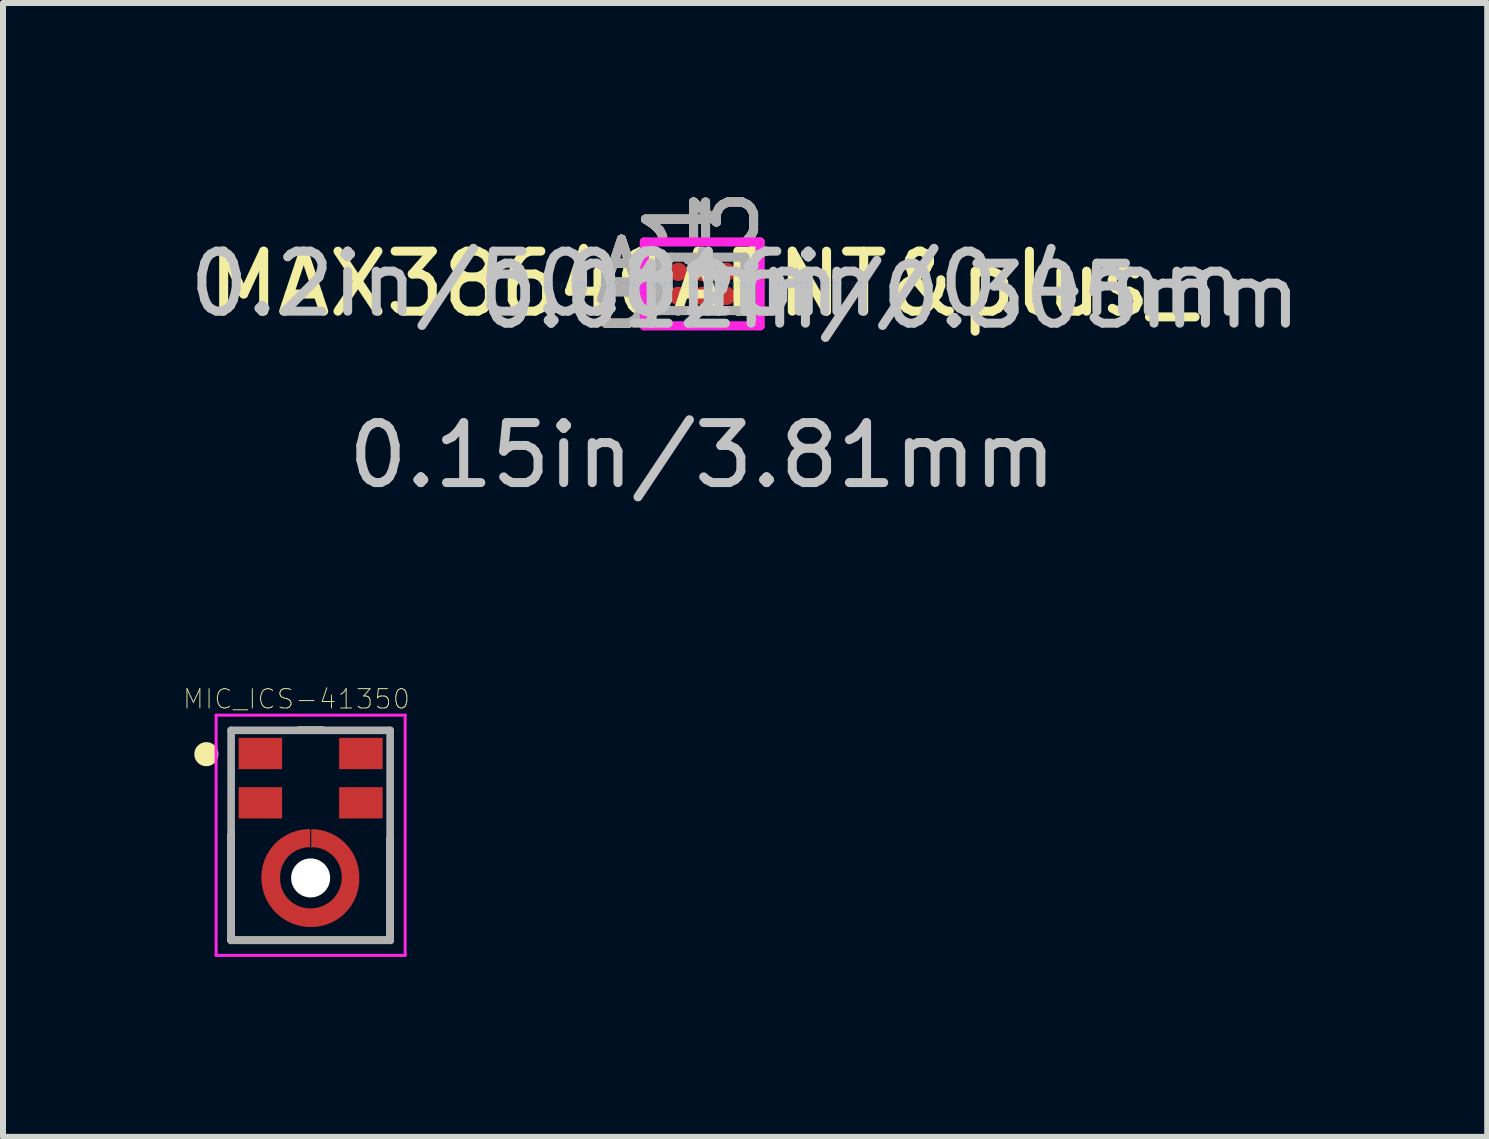
<source format=kicad_pcb>
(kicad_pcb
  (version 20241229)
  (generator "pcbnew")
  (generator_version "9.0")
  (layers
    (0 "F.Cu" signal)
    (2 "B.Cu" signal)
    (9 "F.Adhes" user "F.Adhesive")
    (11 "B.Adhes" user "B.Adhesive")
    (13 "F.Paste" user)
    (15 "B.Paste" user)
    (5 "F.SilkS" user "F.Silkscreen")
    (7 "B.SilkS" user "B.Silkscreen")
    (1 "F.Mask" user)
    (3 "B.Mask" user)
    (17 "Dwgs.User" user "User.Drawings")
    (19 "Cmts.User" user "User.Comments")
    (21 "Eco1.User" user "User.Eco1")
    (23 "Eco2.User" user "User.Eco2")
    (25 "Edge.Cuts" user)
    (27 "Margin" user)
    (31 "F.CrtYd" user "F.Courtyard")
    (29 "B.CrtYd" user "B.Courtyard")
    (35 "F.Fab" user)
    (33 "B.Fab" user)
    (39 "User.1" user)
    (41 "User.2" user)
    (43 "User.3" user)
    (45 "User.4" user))
  (footprint "MIC_ICS-41350"
    (layer "F.Cu")
    (at 2.127 10.869)
    (property "Reference" "MIC_ICS-41350" (at -0.236 -2.268 0) (layer "F.SilkS") (effects (font (size 0.322 0.322) (thickness 0.015))))
    (attr through_hole)
    (fp_poly (pts (xy -0.01 0.2) (xy -0.01 -0.1) (xy -0.02 -0.1) (xy -0.062 -0.099) (xy -0.104 -0.096) (xy -0.145 -0.09) (xy -0.186 -0.083) (xy -0.227 -0.073) (xy -0.267 -0.061) (xy -0.307 -0.047) (xy -0.345 -0.031) (xy -0.383 -0.013) (xy -0.42 0.007) (xy -0.456 0.029) (xy -0.49 0.053) (xy -0.523 0.078) (xy -0.555 0.105) (xy -0.586 0.134) (xy -0.615 0.165) (xy -0.642 0.197) (xy -0.667 0.23) (xy -0.691 0.264) (xy -0.713 0.3) (xy -0.733 0.337) (xy -0.751 0.375) (xy -0.767 0.413) (xy -0.781 0.453) (xy -0.793 0.493) (xy -0.803 0.534) (xy -0.81 0.575) (xy -0.816 0.616) (xy -0.819 0.658) (xy -0.82 0.7) (xy -0.82 0.71) (xy -0.819 0.753) (xy -0.816 0.796) (xy -0.81 0.838) (xy -0.802 0.88) (xy -0.792 0.922) (xy -0.78 0.963) (xy -0.766 1.004) (xy -0.749 1.044) (xy -0.731 1.082) (xy -0.71 1.12) (xy -0.688 1.157) (xy -0.663 1.192) (xy -0.637 1.226) (xy -0.609 1.259) (xy -0.58 1.29) (xy -0.549 1.319) (xy -0.516 1.347) (xy -0.482 1.373) (xy -0.447 1.398) (xy -0.41 1.42) (xy -0.372 1.441) (xy -0.334 1.459) (xy -0.294 1.476) (xy -0.253 1.49) (xy -0.212 1.502) (xy -0.17 1.512) (xy -0.128 1.52) (xy -0.086 1.526) (xy -0.043 1.529) (xy 0 1.53) (xy 0.01 1.53) (xy 0.052 1.529) (xy 0.094 1.526) (xy 0.135 1.52) (xy 0.176 1.513) (xy 0.217 1.503) (xy 0.257 1.491) (xy 0.297 1.477) (xy 0.335 1.461) (xy 0.373 1.443) (xy 0.41 1.423) (xy 0.446 1.401) (xy 0.48 1.377) (xy 0.513 1.352) (xy 0.545 1.325) (xy 0.576 1.296) (xy 0.605 1.265) (xy 0.632 1.233) (xy 0.657 1.2) (xy 0.681 1.166) (xy 0.703 1.13) (xy 0.723 1.093) (xy 0.741 1.055) (xy 0.757 1.017) (xy 0.771 0.977) (xy 0.783 0.937) (xy 0.793 0.896) (xy 0.8 0.855) (xy 0.806 0.814) (xy 0.809 0.772) (xy 0.81 0.73) (xy 0.81 0.7) (xy 0.809 0.658) (xy 0.806 0.616) (xy 0.8 0.575) (xy 0.793 0.534) (xy 0.783 0.493) (xy 0.771 0.453) (xy 0.757 0.413) (xy 0.741 0.375) (xy 0.723 0.337) (xy 0.703 0.3) (xy 0.681 0.264) (xy 0.657 0.23) (xy 0.632 0.197) (xy 0.605 0.165) (xy 0.576 0.134) (xy 0.545 0.105) (xy 0.513 0.078) (xy 0.48 0.053) (xy 0.446 0.029) (xy 0.41 0.007) (xy 0.373 -0.013) (xy 0.335 -0.031) (xy 0.297 -0.047) (xy 0.257 -0.061) (xy 0.217 -0.073) (xy 0.176 -0.083) (xy 0.135 -0.09) (xy 0.094 -0.096) (xy 0.052 -0.099) (xy 0.01 -0.1) (xy 0.01 0.2) (xy 0.02 0.2) (xy 0.046 0.201) (xy 0.072 0.203) (xy 0.098 0.206) (xy 0.124 0.211) (xy 0.149 0.217) (xy 0.175 0.224) (xy 0.199 0.233) (xy 0.223 0.243) (xy 0.247 0.254) (xy 0.27 0.267) (xy 0.292 0.281) (xy 0.314 0.295) (xy 0.335 0.311) (xy 0.355 0.328) (xy 0.374 0.346) (xy 0.392 0.365) (xy 0.409 0.385) (xy 0.425 0.406) (xy 0.439 0.428) (xy 0.453 0.45) (xy 0.466 0.473) (xy 0.477 0.497) (xy 0.487 0.521) (xy 0.496 0.545) (xy 0.503 0.571) (xy 0.509 0.596) (xy 0.514 0.622) (xy 0.517 0.648) (xy 0.519 0.674) (xy 0.52 0.7) (xy 0.519 0.727) (xy 0.517 0.754) (xy 0.514 0.781) (xy 0.509 0.808) (xy 0.502 0.835) (xy 0.495 0.861) (xy 0.485 0.886) (xy 0.475 0.912) (xy 0.463 0.936) (xy 0.45 0.96) (xy 0.436 0.983) (xy 0.421 1.006) (xy 0.404 1.027) (xy 0.386 1.048) (xy 0.368 1.068) (xy 0.348 1.086) (xy 0.327 1.104) (xy 0.306 1.121) (xy 0.283 1.136) (xy 0.26 1.15) (xy 0.236 1.163) (xy 0.212 1.175) (xy 0.186 1.185) (xy 0.161 1.195) (xy 0.135 1.202) (xy 0.108 1.209) (xy 0.081 1.214) (xy 0.054 1.217) (xy 0.027 1.219) (xy 0 1.22) (xy -0.01 1.22) (xy -0.036 1.219) (xy -0.062 1.217) (xy -0.088 1.214) (xy -0.114 1.209) (xy -0.139 1.203) (xy -0.165 1.196) (xy -0.189 1.187) (xy -0.213 1.177) (xy -0.237 1.166) (xy -0.26 1.153) (xy -0.282 1.139) (xy -0.304 1.125) (xy -0.325 1.109) (xy -0.345 1.092) (xy -0.364 1.074) (xy -0.382 1.055) (xy -0.399 1.035) (xy -0.415 1.014) (xy -0.429 0.992) (xy -0.443 0.97) (xy -0.456 0.947) (xy -0.467 0.923) (xy -0.477 0.899) (xy -0.486 0.875) (xy -0.493 0.849) (xy -0.499 0.824) (xy -0.504 0.798) (xy -0.507 0.772) (xy -0.509 0.746) (xy -0.51 0.72) (xy -0.51 0.7) (xy -0.509 0.674) (xy -0.507 0.648) (xy -0.504 0.622) (xy -0.499 0.596) (xy -0.493 0.571) (xy -0.486 0.545) (xy -0.477 0.521) (xy -0.467 0.497) (xy -0.456 0.473) (xy -0.443 0.45) (xy -0.429 0.428) (xy -0.415 0.406) (xy -0.399 0.385) (xy -0.382 0.365) (xy -0.364 0.346) (xy -0.345 0.328) (xy -0.325 0.311) (xy -0.304 0.295) (xy -0.282 0.281) (xy -0.26 0.267) (xy -0.237 0.254) (xy -0.213 0.243) (xy -0.189 0.233) (xy -0.165 0.224) (xy -0.139 0.217) (xy -0.114 0.211) (xy -0.088 0.206) (xy -0.062 0.203) (xy -0.036 0.201) (xy -0.01 0.2)) (stroke (width 0.001) (type solid)) (fill yes) (layer "F.Cu"))
    (fp_circle (center 0 0.713) (end 0.662 0.713) (stroke (width 0.5) (type solid)) (fill no) (layer "F.Mask"))
    (fp_line (start -1.325 1.75) (end -1.325 0) (stroke (width 0.127) (type solid)) (layer "F.SilkS"))
    (fp_line (start -1.325 1.75) (end 1.325 1.75) (stroke (width 0.127) (type solid)) (layer "F.SilkS"))
    (fp_line (start 0.2 -1.75) (end -0.2 -1.75) (stroke (width 0.127) (type solid)) (layer "F.SilkS"))
    (fp_line (start 1.325 1.75) (end 1.325 0.05) (stroke (width 0.127) (type solid)) (layer "F.SilkS"))
    (fp_circle (center -1.738 -1.35) (end -1.637 -1.35) (stroke (width 0.2) (type solid)) (fill no) (layer "F.SilkS"))
    (fp_poly (pts (xy -0.525 -1.572) (xy -0.525 -1.15) (xy -1.15 -1.15) (xy -1.15 -1.572)) (stroke (width 0.001) (type solid)) (fill yes) (layer "F.Paste"))
    (fp_poly (pts (xy -0.525 -0.75) (xy -0.525 -0.328) (xy -1.15 -0.328) (xy -1.15 -0.75)) (stroke (width 0.001) (type solid)) (fill yes) (layer "F.Paste"))
    (fp_poly (pts (xy 1.15 -1.572) (xy 1.15 -1.15) (xy 0.525 -1.15) (xy 0.525 -1.572)) (stroke (width 0.001) (type solid)) (fill yes) (layer "F.Paste"))
    (fp_poly (pts (xy 1.15 -0.75) (xy 1.15 -0.328) (xy 0.525 -0.328) (xy 0.525 -0.75)) (stroke (width 0.001) (type solid)) (fill yes) (layer "F.Paste"))
    (fp_poly (pts (xy -0.56 0.663) (xy -0.557 0.639) (xy -0.553 0.614) (xy -0.548 0.588) (xy -0.541 0.562) (xy -0.534 0.537) (xy -0.525 0.513) (xy -0.515 0.488) (xy -0.504 0.465) (xy -0.492 0.441) (xy -0.478 0.419) (xy -0.464 0.397) (xy -0.449 0.375) (xy -0.432 0.355) (xy -0.415 0.335) (xy -0.397 0.316) (xy -0.378 0.298) (xy -0.358 0.281) (xy -0.338 0.264) (xy -0.316 0.249) (xy -0.294 0.235) (xy -0.272 0.221) (xy -0.248 0.209) (xy -0.225 0.198) (xy -0.2 0.188) (xy -0.176 0.179) (xy -0.151 0.172) (xy -0.125 0.165) (xy -0.099 0.16) (xy -0.073 0.156) (xy -0.05 0.153) (xy -0.05 -0.097) (xy -0.089 -0.094) (xy -0.127 -0.089) (xy -0.166 -0.082) (xy -0.204 -0.074) (xy -0.242 -0.063) (xy -0.28 -0.051) (xy -0.316 -0.036) (xy -0.352 -0.02) (xy -0.387 -0.003) (xy -0.421 0.017) (xy -0.454 0.038) (xy -0.487 0.06) (xy -0.518 0.085) (xy -0.547 0.11) (xy -0.576 0.137) (xy -0.603 0.166) (xy -0.628 0.195) (xy -0.653 0.226) (xy -0.675 0.259) (xy -0.696 0.292) (xy -0.716 0.326) (xy -0.733 0.361) (xy -0.749 0.397) (xy -0.764 0.433) (xy -0.776 0.471) (xy -0.787 0.509) (xy -0.795 0.547) (xy -0.802 0.586) (xy -0.807 0.624) (xy -0.81 0.663) (xy -0.56 0.663)) (stroke (width 0.001) (type solid)) (fill yes) (layer "F.Paste"))
    (fp_poly (pts (xy -0.05 1.273) (xy -0.073 1.27) (xy -0.099 1.266) (xy -0.125 1.261) (xy -0.151 1.254) (xy -0.176 1.247) (xy -0.2 1.238) (xy -0.225 1.228) (xy -0.248 1.217) (xy -0.272 1.205) (xy -0.294 1.191) (xy -0.316 1.177) (xy -0.338 1.162) (xy -0.358 1.145) (xy -0.378 1.128) (xy -0.397 1.11) (xy -0.415 1.091) (xy -0.432 1.071) (xy -0.449 1.051) (xy -0.464 1.029) (xy -0.478 1.007) (xy -0.492 0.985) (xy -0.504 0.961) (xy -0.515 0.938) (xy -0.525 0.913) (xy -0.534 0.889) (xy -0.541 0.864) (xy -0.548 0.838) (xy -0.553 0.812) (xy -0.557 0.786) (xy -0.56 0.763) (xy -0.81 0.763) (xy -0.807 0.802) (xy -0.802 0.84) (xy -0.795 0.879) (xy -0.787 0.917) (xy -0.776 0.955) (xy -0.764 0.993) (xy -0.749 1.029) (xy -0.733 1.065) (xy -0.716 1.1) (xy -0.696 1.134) (xy -0.675 1.167) (xy -0.653 1.2) (xy -0.628 1.231) (xy -0.603 1.26) (xy -0.576 1.289) (xy -0.547 1.316) (xy -0.518 1.341) (xy -0.487 1.366) (xy -0.454 1.388) (xy -0.421 1.409) (xy -0.387 1.429) (xy -0.352 1.446) (xy -0.316 1.462) (xy -0.28 1.477) (xy -0.242 1.489) (xy -0.204 1.5) (xy -0.166 1.508) (xy -0.127 1.515) (xy -0.089 1.52) (xy -0.05 1.523) (xy -0.05 1.273)) (stroke (width 0.001) (type solid)) (fill yes) (layer "F.Paste"))
    (fp_poly (pts (xy 0.05 0.153) (xy 0.073 0.156) (xy 0.099 0.16) (xy 0.125 0.165) (xy 0.151 0.172) (xy 0.176 0.179) (xy 0.2 0.188) (xy 0.225 0.198) (xy 0.248 0.209) (xy 0.272 0.221) (xy 0.294 0.235) (xy 0.316 0.249) (xy 0.338 0.264) (xy 0.358 0.281) (xy 0.378 0.298) (xy 0.397 0.316) (xy 0.415 0.335) (xy 0.432 0.355) (xy 0.449 0.375) (xy 0.464 0.397) (xy 0.478 0.419) (xy 0.492 0.441) (xy 0.504 0.465) (xy 0.515 0.488) (xy 0.525 0.513) (xy 0.534 0.537) (xy 0.541 0.562) (xy 0.548 0.588) (xy 0.553 0.614) (xy 0.557 0.639) (xy 0.56 0.663) (xy 0.81 0.663) (xy 0.807 0.624) (xy 0.802 0.586) (xy 0.795 0.547) (xy 0.787 0.509) (xy 0.776 0.471) (xy 0.764 0.433) (xy 0.749 0.397) (xy 0.733 0.361) (xy 0.716 0.326) (xy 0.696 0.292) (xy 0.675 0.259) (xy 0.653 0.226) (xy 0.628 0.195) (xy 0.603 0.166) (xy 0.576 0.137) (xy 0.547 0.11) (xy 0.518 0.085) (xy 0.487 0.06) (xy 0.454 0.038) (xy 0.421 0.017) (xy 0.387 -0.003) (xy 0.352 -0.02) (xy 0.316 -0.036) (xy 0.28 -0.051) (xy 0.242 -0.063) (xy 0.204 -0.074) (xy 0.166 -0.082) (xy 0.127 -0.089) (xy 0.089 -0.094) (xy 0.05 -0.097) (xy 0.05 0.153)) (stroke (width 0.001) (type solid)) (fill yes) (layer "F.Paste"))
    (fp_poly (pts (xy 0.56 0.763) (xy 0.557 0.786) (xy 0.553 0.812) (xy 0.548 0.838) (xy 0.541 0.864) (xy 0.534 0.889) (xy 0.525 0.913) (xy 0.515 0.938) (xy 0.504 0.961) (xy 0.492 0.985) (xy 0.478 1.007) (xy 0.464 1.029) (xy 0.449 1.051) (xy 0.432 1.071) (xy 0.415 1.091) (xy 0.397 1.11) (xy 0.378 1.128) (xy 0.358 1.145) (xy 0.338 1.162) (xy 0.316 1.177) (xy 0.294 1.191) (xy 0.272 1.205) (xy 0.248 1.217) (xy 0.225 1.228) (xy 0.2 1.238) (xy 0.176 1.247) (xy 0.151 1.254) (xy 0.125 1.261) (xy 0.099 1.266) (xy 0.073 1.27) (xy 0.05 1.273) (xy 0.05 1.523) (xy 0.089 1.52) (xy 0.127 1.515) (xy 0.166 1.508) (xy 0.204 1.5) (xy 0.242 1.489) (xy 0.28 1.477) (xy 0.316 1.462) (xy 0.352 1.446) (xy 0.387 1.429) (xy 0.421 1.409) (xy 0.454 1.388) (xy 0.487 1.366) (xy 0.518 1.341) (xy 0.547 1.316) (xy 0.576 1.289) (xy 0.603 1.26) (xy 0.628 1.231) (xy 0.653 1.2) (xy 0.675 1.167) (xy 0.696 1.134) (xy 0.716 1.1) (xy 0.733 1.065) (xy 0.749 1.029) (xy 0.764 0.993) (xy 0.776 0.955) (xy 0.787 0.917) (xy 0.795 0.879) (xy 0.802 0.84) (xy 0.807 0.802) (xy 0.81 0.763) (xy 0.56 0.763)) (stroke (width 0.001) (type solid)) (fill yes) (layer "F.Paste"))
    (fp_line (start -1.575 -2) (end 1.575 -2) (stroke (width 0.05) (type solid)) (layer "F.CrtYd"))
    (fp_line (start -1.575 2.003) (end -1.575 -2) (stroke (width 0.05) (type solid)) (layer "F.CrtYd"))
    (fp_line (start 1.575 -2) (end 1.575 2.003) (stroke (width 0.05) (type solid)) (layer "F.CrtYd"))
    (fp_line (start 1.575 2.003) (end -1.575 2.003) (stroke (width 0.05) (type solid)) (layer "F.CrtYd"))
    (fp_line (start -1.325 -1.747) (end 1.325 -1.747) (stroke (width 0.127) (type solid)) (layer "F.Fab"))
    (fp_line (start -1.325 1.753) (end -1.325 -1.747) (stroke (width 0.127) (type solid)) (layer "F.Fab"))
    (fp_line (start 1.325 -1.747) (end 1.325 1.753) (stroke (width 0.127) (type solid)) (layer "F.Fab"))
    (fp_line (start 1.325 1.753) (end -1.325 1.753) (stroke (width 0.127) (type solid)) (layer "F.Fab"))
    (pad "" np_thru_hole circle (at 0 0.713) (size 0.65 0.65) (drill 0.65) (layers "*.Cu" "*.Mask"))
    (pad "1" smd rect (at -0.838 -1.361) (size 0.725 0.522) (layers "F.Cu" "F.Mask"))
    (pad "2" smd rect (at -0.838 -0.539) (size 0.725 0.522) (layers "F.Cu" "F.Mask"))
    (pad "3" smd rect (at -0.015 1.383) (size 0.2 0.2) (layers "F.Cu"))
    (pad "4" smd rect (at 0.838 -0.539) (size 0.725 0.522) (layers "F.Cu" "F.Mask"))
    (pad "5" smd rect (at 0.838 -1.361) (size 0.725 0.522) (layers "F.Cu" "F.Mask")))
  (footprint "MAX38640AENT&plus_"
    (layer "F.Cu")
    (at 8.654 1.681)
    (property "Reference" "MAX38640AENT&plus_" (at 0 0 0) (layer "F.SilkS") (effects (font (size 1 1) (thickness 0.15))))
    (attr through_hole)
    (fp_line (start -0.838 -0.572) (end -0.838 -0.408) (stroke (width 0.152) (type solid)) (layer "F.SilkS"))
    (fp_line (start -0.838 0.408) (end -0.838 0.572) (stroke (width 0.152) (type solid)) (layer "F.SilkS"))
    (fp_line (start 0.838 -0.408) (end 0.838 -0.572) (stroke (width 0.152) (type solid)) (layer "F.SilkS"))
    (fp_line (start 0.838 0.572) (end 0.838 0.408) (stroke (width 0.152) (type solid)) (layer "F.SilkS"))
    (fp_line (start -0.965 -0.699) (end 0.965 -0.699) (stroke (width 0.152) (type solid)) (layer "F.CrtYd"))
    (fp_line (start -0.965 0.699) (end -0.965 -0.699) (stroke (width 0.152) (type solid)) (layer "F.CrtYd"))
    (fp_line (start 0.965 -0.699) (end 0.965 0.699) (stroke (width 0.152) (type solid)) (layer "F.CrtYd"))
    (fp_line (start 0.965 0.699) (end -0.965 0.699) (stroke (width 0.152) (type solid)) (layer "F.CrtYd"))
    (fp_line (start -0.711 -0.445) (end -0.711 0.445) (stroke (width 0.152) (type solid)) (layer "F.Fab"))
    (fp_line (start -0.711 0.445) (end 0.711 0.445) (stroke (width 0.152) (type solid)) (layer "F.Fab"))
    (fp_line (start -0.511 -0.445) (end -0.711 -0.244) (stroke (width 0.152) (type solid)) (layer "F.Fab"))
    (fp_line (start 0.711 -0.445) (end -0.711 -0.445) (stroke (width 0.152) (type solid)) (layer "F.Fab"))
    (fp_line (start 0.711 0.445) (end 0.711 -0.445) (stroke (width 0.152) (type solid)) (layer "F.Fab"))
    (fp_text user "A" (at -1.346 -0.2 0) (layer "F.SilkS") (effects (font (size 1 1) (thickness 0.15))))
    (fp_text user "B" (at -1.346 0.2 0) (layer "F.SilkS") (effects (font (size 1 1) (thickness 0.15))))
    (fp_text user "1" (at -0.4 -1.079 90) (layer "F.SilkS") (effects (font (size 1 1) (thickness 0.15))))
    (fp_text user "3" (at 0.4 -1.079 90) (layer "F.SilkS") (effects (font (size 1 1) (thickness 0.15))))
    (fp_text user "*" (at 0 0 0) (layer "F.SilkS") (effects (font (size 1 1) (thickness 0.15))))
    (fp_text user "1" (at -0.4 -1.079 90) (layer "B.SilkS") (effects (font (size 1 1) (thickness 0.15))))
    (fp_text user "B" (at -1.346 0.2 0) (layer "B.SilkS") (effects (font (size 1 1) (thickness 0.15))))
    (fp_text user "A" (at -1.346 -0.2 0) (layer "B.SilkS") (effects (font (size 1 1) (thickness 0.15))))
    (fp_text user "3" (at 0.4 -1.079 90) (layer "B.SilkS") (effects (font (size 1 1) (thickness 0.15))))
    (fp_text user "0.012in/0.305mm" (at 3.124 0.2 0) (layer "Dwgs.User") (effects (font (size 1 1) (thickness 0.15))))
    (fp_text user "0.016in/0.4mm" (at 3.124 0 0) (layer "Dwgs.User") (effects (font (size 1 1) (thickness 0.15))))
    (fp_text user "0.15in/3.81mm" (at 0 2.857 0) (layer "Dwgs.User") (effects (font (size 1 1) (thickness 0.15))))
    (fp_text user "0.2in/5.08mm" (at -3.124 0 0) (layer "Dwgs.User") (effects (font (size 1 1) (thickness 0.15))))
    (fp_text user "Copyright 2016 Accelerated Designs. All rights reserved." (at 0 0 0) (layer "Cmts.User") (effects (font (size 0.127 0.127) (thickness 0.002))))
    (fp_text user "1" (at -0.4 -1.079 90) (layer "F.Fab") (effects (font (size 1 1) (thickness 0.15))))
    (fp_text user "B" (at -1.346 0.2 0) (layer "F.Fab") (effects (font (size 1 1) (thickness 0.15))))
    (fp_text user "*" (at 0 0 0) (layer "F.Fab") (effects (font (size 1 1) (thickness 0.15))))
    (fp_text user "3" (at 0.4 -1.079 90) (layer "F.Fab") (effects (font (size 1 1) (thickness 0.15))))
    (fp_text user "A" (at -1.346 -0.2 0) (layer "F.Fab") (effects (font (size 1 1) (thickness 0.15))))
    (pad "A1" smd circle (at -0.4 -0.2) (size 0.305 0.305) (layers "F.Cu" "F.Mask" "F.Paste"))
    (pad "A2" smd circle (at 0 -0.2) (size 0.305 0.305) (layers "F.Cu" "F.Mask" "F.Paste"))
    (pad "A3" smd circle (at 0.4 -0.2) (size 0.305 0.305) (layers "F.Cu" "F.Mask" "F.Paste"))
    (pad "B1" smd circle (at -0.4 0.2) (size 0.305 0.305) (layers "F.Cu" "F.Mask" "F.Paste"))
    (pad "B2" smd circle (at 0 0.2) (size 0.305 0.305) (layers "F.Cu" "F.Mask" "F.Paste"))
    (pad "B3" smd circle (at 0.4 0.2) (size 0.305 0.305) (layers "F.Cu" "F.Mask" "F.Paste")))
  (gr_rect
    (start -3 -3)
    (end 21.736 15.897)
    (stroke (width 0.1) (type default))
    (fill no)
    (layer "Edge.Cuts")))
</source>
